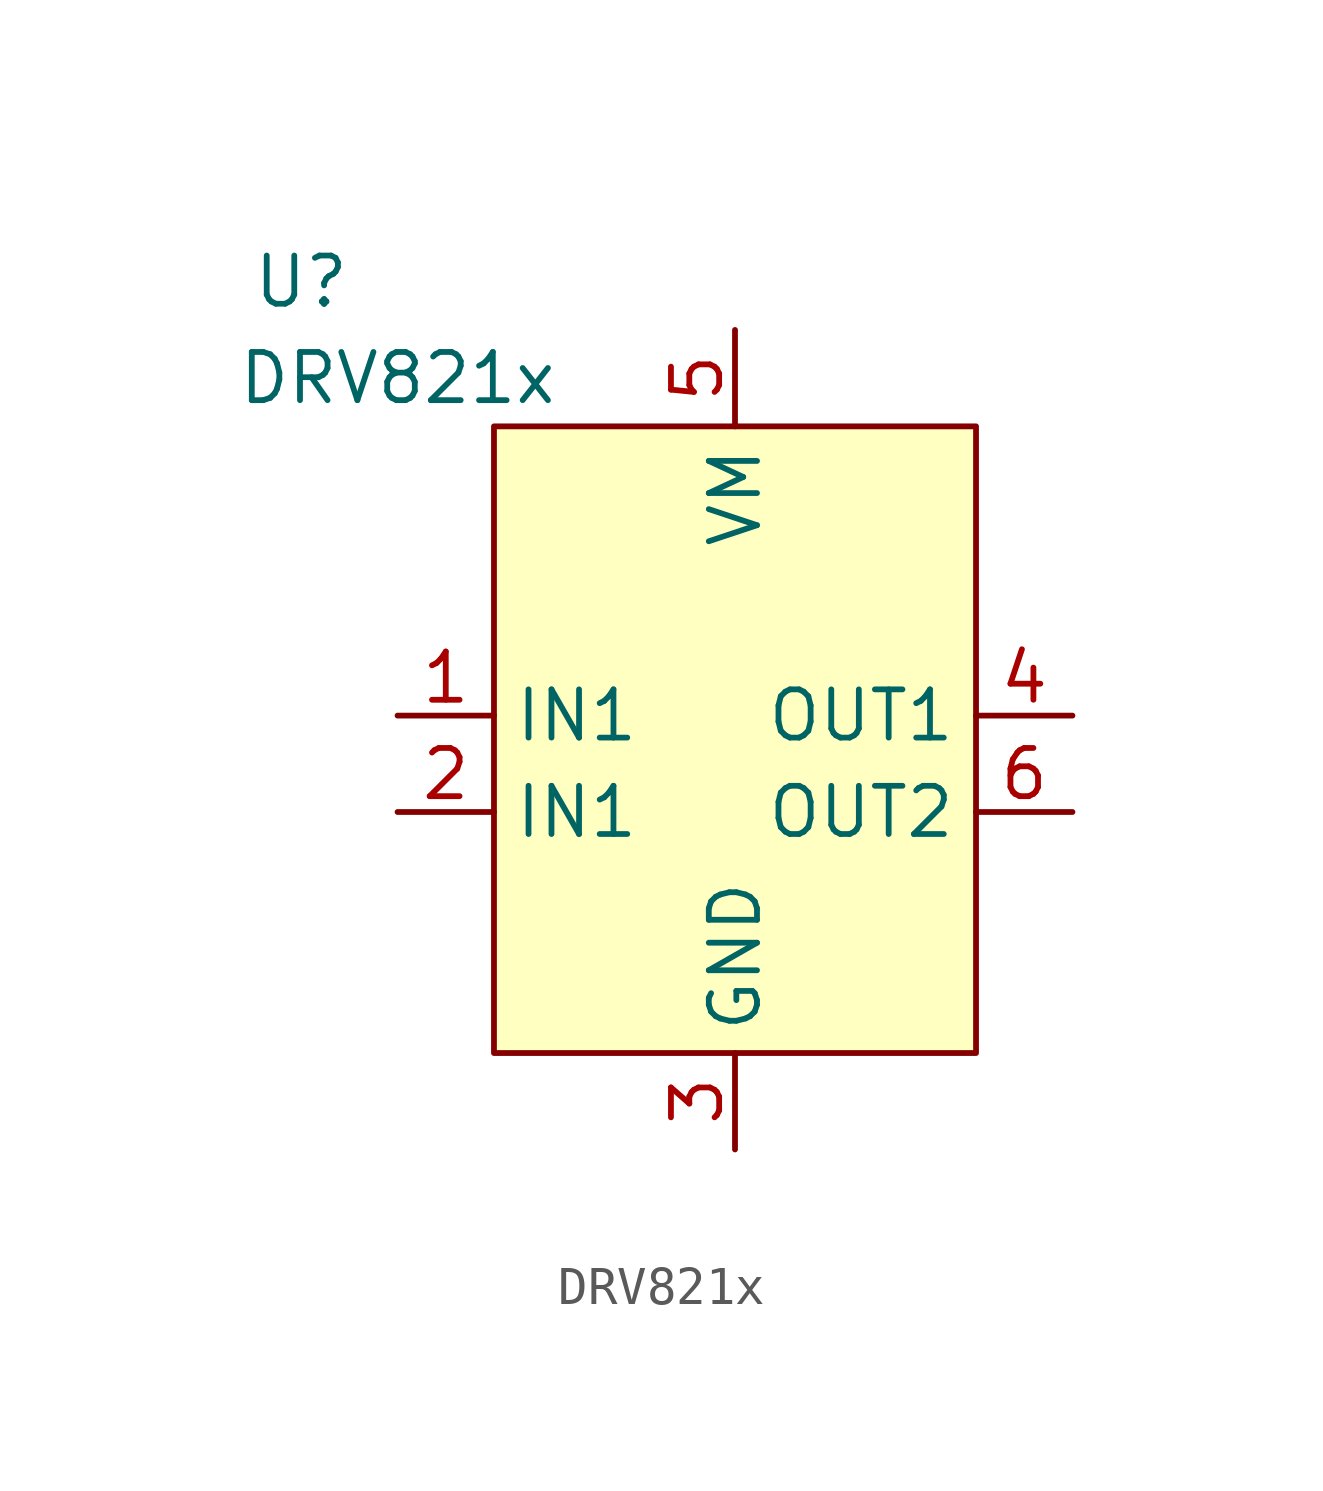
<source format=kicad_sym>
(kicad_symbol_lib
  (version 20211014)
  (generator kicad_symbol_editor)
  (symbol "DRV821x"
    (property "Reference" "U"
      (at -2.54 0 0)
      (effects (font (size 1.27 1.27))))
    (property "Value" "DRV821x"
      (at 0 -2.54 0)
      (effects (font (size 1.27 1.27))))
    (symbol "DRV821x_0_1"
      (rectangle (start 2.54 -3.81) (end 15.24 -20.32) (stroke (width 0) (type default) (color 0 0 0 0)) (fill (type background))))
    (symbol "DRV821x_1_1"
      (pin input line (at 0 -11.43 0) (length 2.54) (name "IN1" (effects (font (size 1.27 1.27)))) (number "1" (effects (font (size 1.27 1.27)))))
      (pin input line (at 0 -13.97 0) (length 2.54) (name "IN1" (effects (font (size 1.27 1.27)))) (number "2" (effects (font (size 1.27 1.27)))))
      (pin power_in line (at 8.89 -22.86 90) (length 2.54) (name "GND" (effects (font (size 1.27 1.27)))) (number "3" (effects (font (size 1.27 1.27)))))
      (pin power_out line (at 17.78 -11.43 180) (length 2.54) (name "OUT1" (effects (font (size 1.27 1.27)))) (number "4" (effects (font (size 1.27 1.27)))))
      (pin power_in line (at 8.89 -1.27 270) (length 2.54) (name "VM" (effects (font (size 1.27 1.27)))) (number "5" (effects (font (size 1.27 1.27)))))
      (pin power_out line (at 17.78 -13.97 180) (length 2.54) (name "OUT2" (effects (font (size 1.27 1.27)))) (number "6" (effects (font (size 1.27 1.27))))))))
</source>
